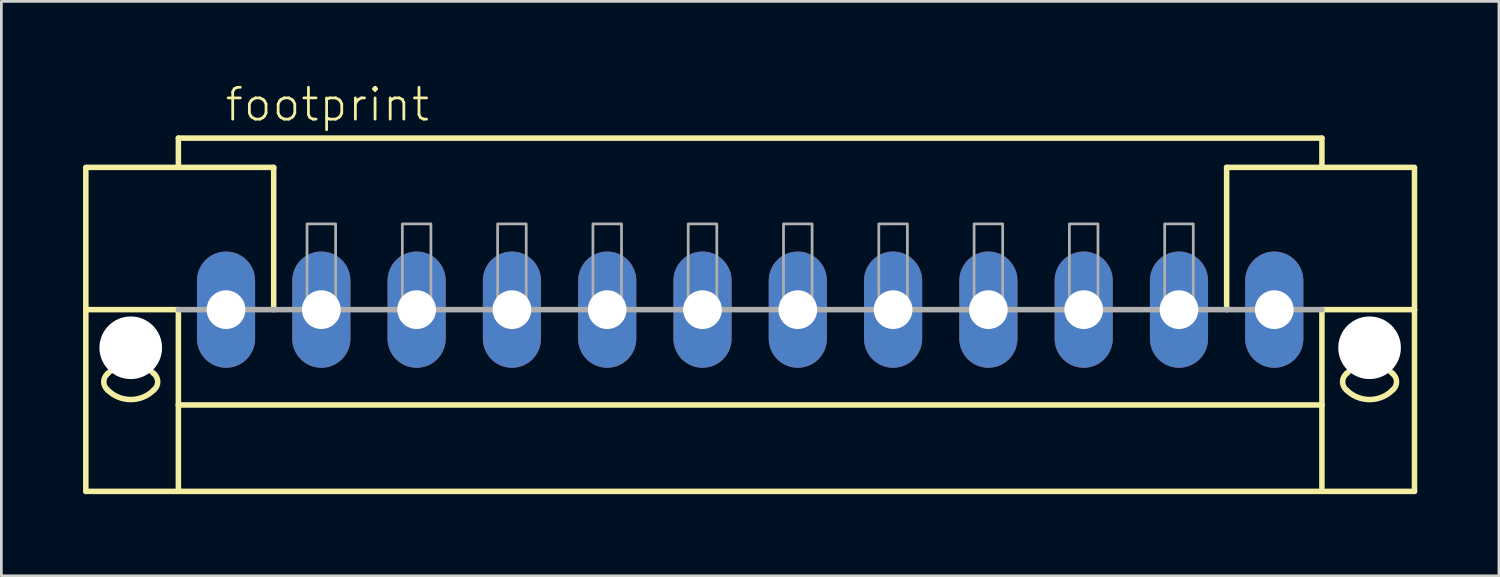
<source format=kicad_pcb>
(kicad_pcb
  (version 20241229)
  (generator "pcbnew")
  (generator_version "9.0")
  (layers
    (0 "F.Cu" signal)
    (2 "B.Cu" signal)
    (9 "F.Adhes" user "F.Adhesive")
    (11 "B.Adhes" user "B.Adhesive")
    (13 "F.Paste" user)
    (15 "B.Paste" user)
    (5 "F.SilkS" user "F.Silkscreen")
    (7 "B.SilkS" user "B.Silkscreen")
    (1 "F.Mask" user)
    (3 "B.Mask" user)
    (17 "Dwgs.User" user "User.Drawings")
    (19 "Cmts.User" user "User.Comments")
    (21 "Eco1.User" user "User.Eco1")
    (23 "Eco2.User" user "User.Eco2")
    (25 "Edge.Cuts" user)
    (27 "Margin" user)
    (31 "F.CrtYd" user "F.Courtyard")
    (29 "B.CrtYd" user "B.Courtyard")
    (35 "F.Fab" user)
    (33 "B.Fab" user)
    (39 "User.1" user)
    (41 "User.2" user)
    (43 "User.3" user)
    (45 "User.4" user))
  (footprint "footprint"
    (layer "F.Cu")
    (at 24.502 8.323)
    (property "Reference" "footprint" (at -19.35 -6.85 0) (layer "F.SilkS") (effects (font (size 1.168 1.168) (thickness 0.102)) (justify left bottom)))
    (fp_line (start -24.4 -5.225) (end -17.5 -5.225) (stroke (width 0.203) (type solid)) (layer "F.SilkS"))
    (fp_line (start -24.4 -5.2) (end -24.4 0) (stroke (width 0.203) (type solid)) (layer "F.SilkS"))
    (fp_line (start -24.4 0) (end -24.4 6.675) (stroke (width 0.203) (type solid)) (layer "F.SilkS"))
    (fp_line (start -24.4 0) (end -21 0) (stroke (width 0.203) (type solid)) (layer "F.SilkS"))
    (fp_line (start -24.4 6.675) (end 24.4 6.675) (stroke (width 0.203) (type solid)) (layer "F.SilkS"))
    (fp_line (start -21 -6.3) (end 21 -6.3) (stroke (width 0.203) (type solid)) (layer "F.SilkS"))
    (fp_line (start -21 -5.3) (end -21 -6.3) (stroke (width 0.203) (type solid)) (layer "F.SilkS"))
    (fp_line (start -21 0) (end -21 3.5) (stroke (width 0.203) (type solid)) (layer "F.SilkS"))
    (fp_line (start -21 3.5) (end 21 3.5) (stroke (width 0.203) (type solid)) (layer "F.SilkS"))
    (fp_line (start -21 6.65) (end -21 3.5) (stroke (width 0.203) (type solid)) (layer "F.SilkS"))
    (fp_line (start -17.5 -5.225) (end -17.5 -5.2) (stroke (width 0.203) (type solid)) (layer "F.SilkS"))
    (fp_line (start -17.5 -5.175) (end -17.5 0) (stroke (width 0.203) (type solid)) (layer "F.SilkS"))
    (fp_line (start 17.5 -5.225) (end 24.4 -5.225) (stroke (width 0.203) (type solid)) (layer "F.SilkS"))
    (fp_line (start 17.5 -5.2) (end 17.5 -5.225) (stroke (width 0.203) (type solid)) (layer "F.SilkS"))
    (fp_line (start 17.5 0) (end 17.5 -5.175) (stroke (width 0.203) (type solid)) (layer "F.SilkS"))
    (fp_line (start 21 -6.3) (end 21 -5.3) (stroke (width 0.203) (type solid)) (layer "F.SilkS"))
    (fp_line (start 21 3.5) (end 21 0) (stroke (width 0.203) (type solid)) (layer "F.SilkS"))
    (fp_line (start 21 6.65) (end 21 3.5) (stroke (width 0.203) (type solid)) (layer "F.SilkS"))
    (fp_line (start 24.4 0) (end 21 0) (stroke (width 0.203) (type solid)) (layer "F.SilkS"))
    (fp_line (start 24.4 0) (end 24.4 -5.2) (stroke (width 0.203) (type solid)) (layer "F.SilkS"))
    (fp_line (start 24.4 6.675) (end 24.4 0) (stroke (width 0.203) (type solid)) (layer "F.SilkS"))
    (fp_arc (start -23.6 2.35) (mid -22.75 1.997918) (end -21.9 2.35) (stroke (width 0.2032) (type solid)) (layer "F.SilkS"))
    (fp_arc (start -23.6 2.95) (mid -23.740512 2.65) (end -23.6 2.35) (stroke (width 0.2032) (type solid)) (layer "F.SilkS"))
    (fp_arc (start -21.9 2.95) (mid -22.75 3.302082) (end -23.6 2.95) (stroke (width 0.2032) (type solid)) (layer "F.SilkS"))
    (fp_arc (start -21.899999 2.350001) (mid -21.759487 2.650001) (end -21.9 2.95) (stroke (width 0.2032) (type solid)) (layer "F.SilkS"))
    (fp_arc (start 21.899999 2.949999) (mid 21.759487 2.649999) (end 21.9 2.35) (stroke (width 0.2032) (type solid)) (layer "F.SilkS"))
    (fp_arc (start 21.9 2.35) (mid 22.75 1.997918) (end 23.6 2.35) (stroke (width 0.2032) (type solid)) (layer "F.SilkS"))
    (fp_arc (start 23.6 2.35) (mid 23.740512 2.65) (end 23.6 2.95) (stroke (width 0.2032) (type solid)) (layer "F.SilkS"))
    (fp_arc (start 23.6 2.95) (mid 22.75 3.302082) (end 21.9 2.95) (stroke (width 0.2032) (type solid)) (layer "F.SilkS"))
    (fp_line (start 21 0) (end -21 0) (stroke (width 0.203) (type solid)) (layer "F.Fab"))
    (fp_poly (pts (xy -16.275 0) (xy -15.225 0) (xy -15.225 -3.15) (xy -16.275 -3.15)) (stroke (width 0.1) (type solid)) (fill no) (layer "F.Fab"))
    (fp_poly (pts (xy -12.775 0) (xy -11.725 0) (xy -11.725 -3.15) (xy -12.775 -3.15)) (stroke (width 0.1) (type solid)) (fill no) (layer "F.Fab"))
    (fp_poly (pts (xy -9.275 0) (xy -8.225 0) (xy -8.225 -3.15) (xy -9.275 -3.15)) (stroke (width 0.1) (type solid)) (fill no) (layer "F.Fab"))
    (fp_poly (pts (xy -5.775 0) (xy -4.725 0) (xy -4.725 -3.15) (xy -5.775 -3.15)) (stroke (width 0.1) (type solid)) (fill no) (layer "F.Fab"))
    (fp_poly (pts (xy -2.275 0) (xy -1.225 0) (xy -1.225 -3.15) (xy -2.275 -3.15)) (stroke (width 0.1) (type solid)) (fill no) (layer "F.Fab"))
    (fp_poly (pts (xy 1.225 0) (xy 2.275 0) (xy 2.275 -3.15) (xy 1.225 -3.15)) (stroke (width 0.1) (type solid)) (fill no) (layer "F.Fab"))
    (fp_poly (pts (xy 4.725 0) (xy 5.775 0) (xy 5.775 -3.15) (xy 4.725 -3.15)) (stroke (width 0.1) (type solid)) (fill no) (layer "F.Fab"))
    (fp_poly (pts (xy 8.225 0) (xy 9.275 0) (xy 9.275 -3.15) (xy 8.225 -3.15)) (stroke (width 0.1) (type solid)) (fill no) (layer "F.Fab"))
    (fp_poly (pts (xy 11.725 0) (xy 12.775 0) (xy 12.775 -3.15) (xy 11.725 -3.15)) (stroke (width 0.1) (type solid)) (fill no) (layer "F.Fab"))
    (fp_poly (pts (xy 15.225 0) (xy 16.275 0) (xy 16.275 -3.15) (xy 15.225 -3.15)) (stroke (width 0.1) (type solid)) (fill no) (layer "F.Fab"))
    (pad "" np_thru_hole circle (at -22.75 1.4) (size 2.3 2.3) (drill 2.3) (layers "*.Cu" "*.Mask"))
    (pad "" np_thru_hole circle (at 22.75 1.4) (size 2.3 2.3) (drill 2.3) (layers "*.Cu" "*.Mask"))
    (pad "1" thru_hole oval (at -19.25 0 90) (size 4.267 2.134) (drill 1.422) (layers "*.Cu" "*.Mask"))
    (pad "2" thru_hole oval (at -15.75 0 90) (size 4.267 2.134) (drill 1.422) (layers "*.Cu" "*.Mask"))
    (pad "3" thru_hole oval (at -12.25 0 90) (size 4.267 2.134) (drill 1.422) (layers "*.Cu" "*.Mask"))
    (pad "4" thru_hole oval (at -8.75 0 90) (size 4.267 2.134) (drill 1.422) (layers "*.Cu" "*.Mask"))
    (pad "5" thru_hole oval (at -5.25 0 90) (size 4.267 2.134) (drill 1.422) (layers "*.Cu" "*.Mask"))
    (pad "6" thru_hole oval (at -1.75 0 90) (size 4.267 2.134) (drill 1.422) (layers "*.Cu" "*.Mask"))
    (pad "7" thru_hole oval (at 1.75 0 90) (size 4.267 2.134) (drill 1.422) (layers "*.Cu" "*.Mask"))
    (pad "8" thru_hole oval (at 5.25 0 90) (size 4.267 2.134) (drill 1.422) (layers "*.Cu" "*.Mask"))
    (pad "9" thru_hole oval (at 8.75 0 90) (size 4.267 2.134) (drill 1.422) (layers "*.Cu" "*.Mask"))
    (pad "10" thru_hole oval (at 12.25 0 90) (size 4.267 2.134) (drill 1.422) (layers "*.Cu" "*.Mask"))
    (pad "11" thru_hole oval (at 15.75 0 90) (size 4.267 2.134) (drill 1.422) (layers "*.Cu" "*.Mask"))
    (pad "12" thru_hole oval (at 19.25 0 90) (size 4.267 2.134) (drill 1.422) (layers "*.Cu" "*.Mask")))
  (gr_rect
    (start -3 -3)
    (end 52.003 18.1)
    (stroke (width 0.1) (type default))
    (fill no)
    (layer "Edge.Cuts")))
</source>
